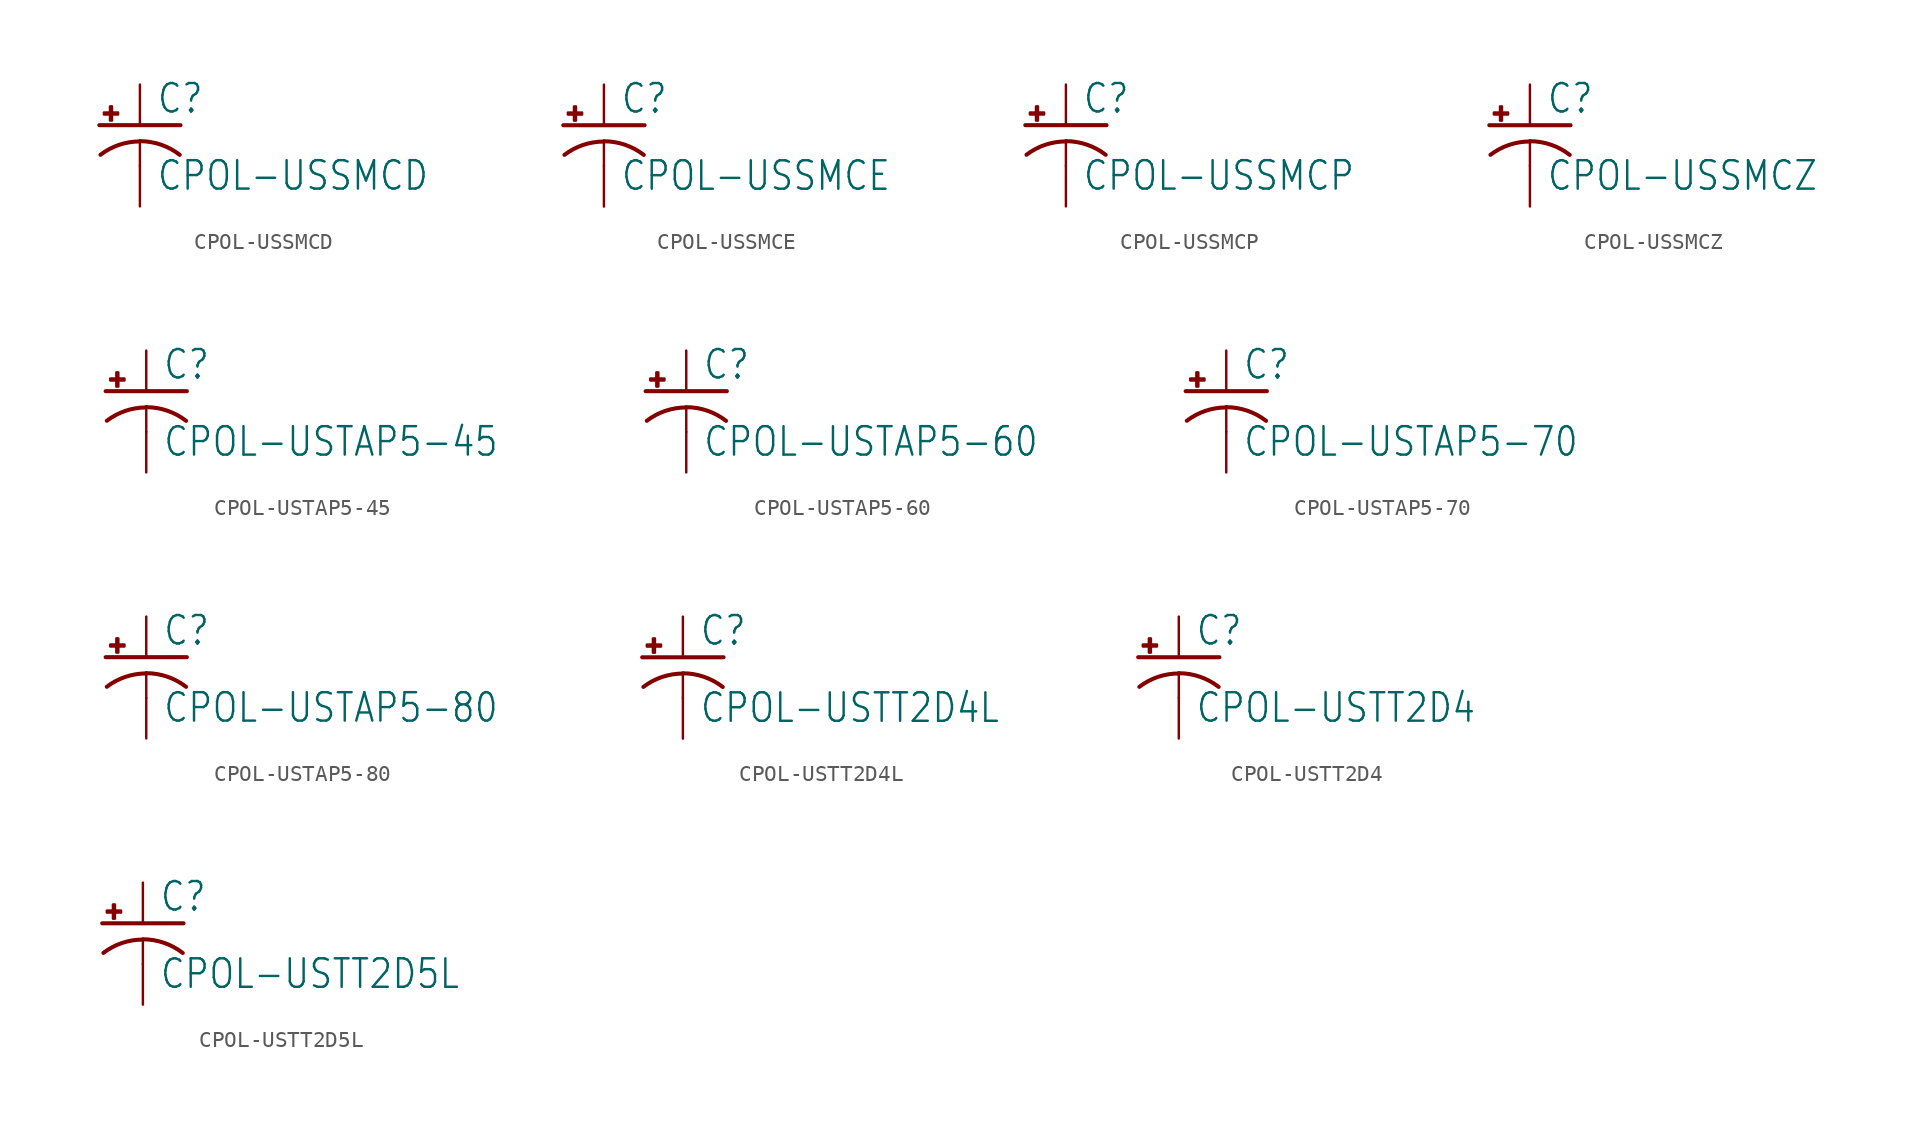
<source format=kicad_sym>
(kicad_symbol_lib
  (version 20220914)
  (generator kicad_symbol_editor)
  (symbol "CPOL-USSMCD"
    (property "Reference" "C"
      (at 1.016 0.635 0)
      (effects (font (size 1.778 1.511)) (justify left bottom)))
    (property "Value" "CPOL-USSMCD"
      (at 1.016 -4.191 0)
      (effects (font (size 1.778 1.511)) (justify left bottom)))
    (property "ki_locked" ""
      (at 0 0 0)
      (effects (font (size 1.27 1.27))))
    (symbol "CPOL-USSMCD_1_0"
      (rectangle (start -2.253 0.668) (end -1.364 0.795) (stroke (width 0) (type default)) (fill (type outline)))
      (rectangle (start -1.872 0.287) (end -1.745 1.176) (stroke (width 0) (type default)) (fill (type outline)))
      (arc (start 0 -1.0161) (mid -1.3021 -1.2302) (end -2.4669 -1.8504) (stroke (width 0.254) (type default)) (fill (type none)))
      (polyline (pts (xy -2.54 0) (xy 2.54 0)) (stroke (width 0.254) (type default)) (fill (type none)))
      (polyline (pts (xy 0 -1.016) (xy 0 -2.54)) (stroke (width 0.152) (type default)) (fill (type none)))
      (arc (start 2.4892 -1.8542) (mid 1.3158 -1.2195) (end 0 -1) (stroke (width 0.254) (type default)) (fill (type none)))
      (pin passive line (at 0 2.54 270) (length 2.54) (name "+" (effects (font (size 0 0)))) (number "+" (effects (font (size 0 0)))))
      (pin passive line (at 0 -5.08 90) (length 2.54) (name "-" (effects (font (size 0 0)))) (number "-" (effects (font (size 0 0)))))))
  (symbol "CPOL-USSMCE"
    (property "Reference" "C"
      (at 1.016 0.635 0)
      (effects (font (size 1.778 1.511)) (justify left bottom)))
    (property "Value" "CPOL-USSMCE"
      (at 1.016 -4.191 0)
      (effects (font (size 1.778 1.511)) (justify left bottom)))
    (property "ki_locked" ""
      (at 0 0 0)
      (effects (font (size 1.27 1.27))))
    (symbol "CPOL-USSMCE_1_0"
      (rectangle (start -2.253 0.668) (end -1.364 0.795) (stroke (width 0) (type default)) (fill (type outline)))
      (rectangle (start -1.872 0.287) (end -1.745 1.176) (stroke (width 0) (type default)) (fill (type outline)))
      (arc (start 0 -1.0161) (mid -1.3021 -1.2302) (end -2.4669 -1.8504) (stroke (width 0.254) (type default)) (fill (type none)))
      (polyline (pts (xy -2.54 0) (xy 2.54 0)) (stroke (width 0.254) (type default)) (fill (type none)))
      (polyline (pts (xy 0 -1.016) (xy 0 -2.54)) (stroke (width 0.152) (type default)) (fill (type none)))
      (arc (start 2.4892 -1.8542) (mid 1.3158 -1.2195) (end 0 -1) (stroke (width 0.254) (type default)) (fill (type none)))
      (pin passive line (at 0 2.54 270) (length 2.54) (name "+" (effects (font (size 0 0)))) (number "+" (effects (font (size 0 0)))))
      (pin passive line (at 0 -5.08 90) (length 2.54) (name "-" (effects (font (size 0 0)))) (number "-" (effects (font (size 0 0)))))))
  (symbol "CPOL-USSMCP"
    (property "Reference" "C"
      (at 1.016 0.635 0)
      (effects (font (size 1.778 1.511)) (justify left bottom)))
    (property "Value" "CPOL-USSMCP"
      (at 1.016 -4.191 0)
      (effects (font (size 1.778 1.511)) (justify left bottom)))
    (property "ki_locked" ""
      (at 0 0 0)
      (effects (font (size 1.27 1.27))))
    (symbol "CPOL-USSMCP_1_0"
      (rectangle (start -2.253 0.668) (end -1.364 0.795) (stroke (width 0) (type default)) (fill (type outline)))
      (rectangle (start -1.872 0.287) (end -1.745 1.176) (stroke (width 0) (type default)) (fill (type outline)))
      (arc (start 0 -1.0161) (mid -1.3021 -1.2302) (end -2.4669 -1.8504) (stroke (width 0.254) (type default)) (fill (type none)))
      (polyline (pts (xy -2.54 0) (xy 2.54 0)) (stroke (width 0.254) (type default)) (fill (type none)))
      (polyline (pts (xy 0 -1.016) (xy 0 -2.54)) (stroke (width 0.152) (type default)) (fill (type none)))
      (arc (start 2.4892 -1.8542) (mid 1.3158 -1.2195) (end 0 -1) (stroke (width 0.254) (type default)) (fill (type none)))
      (pin passive line (at 0 2.54 270) (length 2.54) (name "+" (effects (font (size 0 0)))) (number "+" (effects (font (size 0 0)))))
      (pin passive line (at 0 -5.08 90) (length 2.54) (name "-" (effects (font (size 0 0)))) (number "-" (effects (font (size 0 0)))))))
  (symbol "CPOL-USSMCZ"
    (property "Reference" "C"
      (at 1.016 0.635 0)
      (effects (font (size 1.778 1.511)) (justify left bottom)))
    (property "Value" "CPOL-USSMCZ"
      (at 1.016 -4.191 0)
      (effects (font (size 1.778 1.511)) (justify left bottom)))
    (property "ki_locked" ""
      (at 0 0 0)
      (effects (font (size 1.27 1.27))))
    (symbol "CPOL-USSMCZ_1_0"
      (rectangle (start -2.253 0.668) (end -1.364 0.795) (stroke (width 0) (type default)) (fill (type outline)))
      (rectangle (start -1.872 0.287) (end -1.745 1.176) (stroke (width 0) (type default)) (fill (type outline)))
      (arc (start 0 -1.0161) (mid -1.3021 -1.2302) (end -2.4669 -1.8504) (stroke (width 0.254) (type default)) (fill (type none)))
      (polyline (pts (xy -2.54 0) (xy 2.54 0)) (stroke (width 0.254) (type default)) (fill (type none)))
      (polyline (pts (xy 0 -1.016) (xy 0 -2.54)) (stroke (width 0.152) (type default)) (fill (type none)))
      (arc (start 2.4892 -1.8542) (mid 1.3158 -1.2195) (end 0 -1) (stroke (width 0.254) (type default)) (fill (type none)))
      (pin passive line (at 0 2.54 270) (length 2.54) (name "+" (effects (font (size 0 0)))) (number "+" (effects (font (size 0 0)))))
      (pin passive line (at 0 -5.08 90) (length 2.54) (name "-" (effects (font (size 0 0)))) (number "-" (effects (font (size 0 0)))))))
  (symbol "CPOL-USTAP5-45"
    (property "Reference" "C"
      (at 1.016 0.635 0)
      (effects (font (size 1.778 1.511)) (justify left bottom)))
    (property "Value" "CPOL-USTAP5-45"
      (at 1.016 -4.191 0)
      (effects (font (size 1.778 1.511)) (justify left bottom)))
    (property "ki_locked" ""
      (at 0 0 0)
      (effects (font (size 1.27 1.27))))
    (symbol "CPOL-USTAP5-45_1_0"
      (rectangle (start -2.253 0.668) (end -1.364 0.795) (stroke (width 0) (type default)) (fill (type outline)))
      (rectangle (start -1.872 0.287) (end -1.745 1.176) (stroke (width 0) (type default)) (fill (type outline)))
      (arc (start 0 -1.0161) (mid -1.3021 -1.2302) (end -2.4669 -1.8504) (stroke (width 0.254) (type default)) (fill (type none)))
      (polyline (pts (xy -2.54 0) (xy 2.54 0)) (stroke (width 0.254) (type default)) (fill (type none)))
      (polyline (pts (xy 0 -1.016) (xy 0 -2.54)) (stroke (width 0.152) (type default)) (fill (type none)))
      (arc (start 2.4892 -1.8542) (mid 1.3158 -1.2195) (end 0 -1) (stroke (width 0.254) (type default)) (fill (type none)))
      (pin passive line (at 0 2.54 270) (length 2.54) (name "+" (effects (font (size 0 0)))) (number "+" (effects (font (size 0 0)))))
      (pin passive line (at 0 -5.08 90) (length 2.54) (name "-" (effects (font (size 0 0)))) (number "-" (effects (font (size 0 0)))))))
  (symbol "CPOL-USTAP5-60"
    (property "Reference" "C"
      (at 1.016 0.635 0)
      (effects (font (size 1.778 1.511)) (justify left bottom)))
    (property "Value" "CPOL-USTAP5-60"
      (at 1.016 -4.191 0)
      (effects (font (size 1.778 1.511)) (justify left bottom)))
    (property "ki_locked" ""
      (at 0 0 0)
      (effects (font (size 1.27 1.27))))
    (symbol "CPOL-USTAP5-60_1_0"
      (rectangle (start -2.253 0.668) (end -1.364 0.795) (stroke (width 0) (type default)) (fill (type outline)))
      (rectangle (start -1.872 0.287) (end -1.745 1.176) (stroke (width 0) (type default)) (fill (type outline)))
      (arc (start 0 -1.0161) (mid -1.3021 -1.2302) (end -2.4669 -1.8504) (stroke (width 0.254) (type default)) (fill (type none)))
      (polyline (pts (xy -2.54 0) (xy 2.54 0)) (stroke (width 0.254) (type default)) (fill (type none)))
      (polyline (pts (xy 0 -1.016) (xy 0 -2.54)) (stroke (width 0.152) (type default)) (fill (type none)))
      (arc (start 2.4892 -1.8542) (mid 1.3158 -1.2195) (end 0 -1) (stroke (width 0.254) (type default)) (fill (type none)))
      (pin passive line (at 0 2.54 270) (length 2.54) (name "+" (effects (font (size 0 0)))) (number "+" (effects (font (size 0 0)))))
      (pin passive line (at 0 -5.08 90) (length 2.54) (name "-" (effects (font (size 0 0)))) (number "-" (effects (font (size 0 0)))))))
  (symbol "CPOL-USTAP5-70"
    (property "Reference" "C"
      (at 1.016 0.635 0)
      (effects (font (size 1.778 1.511)) (justify left bottom)))
    (property "Value" "CPOL-USTAP5-70"
      (at 1.016 -4.191 0)
      (effects (font (size 1.778 1.511)) (justify left bottom)))
    (property "ki_locked" ""
      (at 0 0 0)
      (effects (font (size 1.27 1.27))))
    (symbol "CPOL-USTAP5-70_1_0"
      (rectangle (start -2.253 0.668) (end -1.364 0.795) (stroke (width 0) (type default)) (fill (type outline)))
      (rectangle (start -1.872 0.287) (end -1.745 1.176) (stroke (width 0) (type default)) (fill (type outline)))
      (arc (start 0 -1.0161) (mid -1.3021 -1.2302) (end -2.4669 -1.8504) (stroke (width 0.254) (type default)) (fill (type none)))
      (polyline (pts (xy -2.54 0) (xy 2.54 0)) (stroke (width 0.254) (type default)) (fill (type none)))
      (polyline (pts (xy 0 -1.016) (xy 0 -2.54)) (stroke (width 0.152) (type default)) (fill (type none)))
      (arc (start 2.4892 -1.8542) (mid 1.3158 -1.2195) (end 0 -1) (stroke (width 0.254) (type default)) (fill (type none)))
      (pin passive line (at 0 2.54 270) (length 2.54) (name "+" (effects (font (size 0 0)))) (number "+" (effects (font (size 0 0)))))
      (pin passive line (at 0 -5.08 90) (length 2.54) (name "-" (effects (font (size 0 0)))) (number "-" (effects (font (size 0 0)))))))
  (symbol "CPOL-USTAP5-80"
    (property "Reference" "C"
      (at 1.016 0.635 0)
      (effects (font (size 1.778 1.511)) (justify left bottom)))
    (property "Value" "CPOL-USTAP5-80"
      (at 1.016 -4.191 0)
      (effects (font (size 1.778 1.511)) (justify left bottom)))
    (property "ki_locked" ""
      (at 0 0 0)
      (effects (font (size 1.27 1.27))))
    (symbol "CPOL-USTAP5-80_1_0"
      (rectangle (start -2.253 0.668) (end -1.364 0.795) (stroke (width 0) (type default)) (fill (type outline)))
      (rectangle (start -1.872 0.287) (end -1.745 1.176) (stroke (width 0) (type default)) (fill (type outline)))
      (arc (start 0 -1.0161) (mid -1.3021 -1.2302) (end -2.4669 -1.8504) (stroke (width 0.254) (type default)) (fill (type none)))
      (polyline (pts (xy -2.54 0) (xy 2.54 0)) (stroke (width 0.254) (type default)) (fill (type none)))
      (polyline (pts (xy 0 -1.016) (xy 0 -2.54)) (stroke (width 0.152) (type default)) (fill (type none)))
      (arc (start 2.4892 -1.8542) (mid 1.3158 -1.2195) (end 0 -1) (stroke (width 0.254) (type default)) (fill (type none)))
      (pin passive line (at 0 2.54 270) (length 2.54) (name "+" (effects (font (size 0 0)))) (number "+" (effects (font (size 0 0)))))
      (pin passive line (at 0 -5.08 90) (length 2.54) (name "-" (effects (font (size 0 0)))) (number "-" (effects (font (size 0 0)))))))
  (symbol "CPOL-USTT2D4L"
    (property "Reference" "C"
      (at 1.016 0.635 0)
      (effects (font (size 1.778 1.511)) (justify left bottom)))
    (property "Value" "CPOL-USTT2D4L"
      (at 1.016 -4.191 0)
      (effects (font (size 1.778 1.511)) (justify left bottom)))
    (property "ki_locked" ""
      (at 0 0 0)
      (effects (font (size 1.27 1.27))))
    (symbol "CPOL-USTT2D4L_1_0"
      (rectangle (start -2.253 0.668) (end -1.364 0.795) (stroke (width 0) (type default)) (fill (type outline)))
      (rectangle (start -1.872 0.287) (end -1.745 1.176) (stroke (width 0) (type default)) (fill (type outline)))
      (arc (start 0 -1.0161) (mid -1.3021 -1.2302) (end -2.4669 -1.8504) (stroke (width 0.254) (type default)) (fill (type none)))
      (polyline (pts (xy -2.54 0) (xy 2.54 0)) (stroke (width 0.254) (type default)) (fill (type none)))
      (polyline (pts (xy 0 -1.016) (xy 0 -2.54)) (stroke (width 0.152) (type default)) (fill (type none)))
      (arc (start 2.4892 -1.8542) (mid 1.3158 -1.2195) (end 0 -1) (stroke (width 0.254) (type default)) (fill (type none)))
      (pin passive line (at 0 2.54 270) (length 2.54) (name "+" (effects (font (size 0 0)))) (number "+" (effects (font (size 0 0)))))
      (pin passive line (at 0 -5.08 90) (length 2.54) (name "-" (effects (font (size 0 0)))) (number "-" (effects (font (size 0 0)))))))
  (symbol "CPOL-USTT2D4"
    (property "Reference" "C"
      (at 1.016 0.635 0)
      (effects (font (size 1.778 1.511)) (justify left bottom)))
    (property "Value" "CPOL-USTT2D4"
      (at 1.016 -4.191 0)
      (effects (font (size 1.778 1.511)) (justify left bottom)))
    (property "ki_locked" ""
      (at 0 0 0)
      (effects (font (size 1.27 1.27))))
    (symbol "CPOL-USTT2D4_1_0"
      (rectangle (start -2.253 0.668) (end -1.364 0.795) (stroke (width 0) (type default)) (fill (type outline)))
      (rectangle (start -1.872 0.287) (end -1.745 1.176) (stroke (width 0) (type default)) (fill (type outline)))
      (arc (start 0 -1.0161) (mid -1.3021 -1.2302) (end -2.4669 -1.8504) (stroke (width 0.254) (type default)) (fill (type none)))
      (polyline (pts (xy -2.54 0) (xy 2.54 0)) (stroke (width 0.254) (type default)) (fill (type none)))
      (polyline (pts (xy 0 -1.016) (xy 0 -2.54)) (stroke (width 0.152) (type default)) (fill (type none)))
      (arc (start 2.4892 -1.8542) (mid 1.3158 -1.2195) (end 0 -1) (stroke (width 0.254) (type default)) (fill (type none)))
      (pin passive line (at 0 2.54 270) (length 2.54) (name "+" (effects (font (size 0 0)))) (number "+" (effects (font (size 0 0)))))
      (pin passive line (at 0 -5.08 90) (length 2.54) (name "-" (effects (font (size 0 0)))) (number "-" (effects (font (size 0 0)))))))
  (symbol "CPOL-USTT2D5L"
    (property "Reference" "C"
      (at 1.016 0.635 0)
      (effects (font (size 1.778 1.511)) (justify left bottom)))
    (property "Value" "CPOL-USTT2D5L"
      (at 1.016 -4.191 0)
      (effects (font (size 1.778 1.511)) (justify left bottom)))
    (property "ki_locked" ""
      (at 0 0 0)
      (effects (font (size 1.27 1.27))))
    (symbol "CPOL-USTT2D5L_1_0"
      (rectangle (start -2.253 0.668) (end -1.364 0.795) (stroke (width 0) (type default)) (fill (type outline)))
      (rectangle (start -1.872 0.287) (end -1.745 1.176) (stroke (width 0) (type default)) (fill (type outline)))
      (arc (start 0 -1.0161) (mid -1.3021 -1.2302) (end -2.4669 -1.8504) (stroke (width 0.254) (type default)) (fill (type none)))
      (polyline (pts (xy -2.54 0) (xy 2.54 0)) (stroke (width 0.254) (type default)) (fill (type none)))
      (polyline (pts (xy 0 -1.016) (xy 0 -2.54)) (stroke (width 0.152) (type default)) (fill (type none)))
      (arc (start 2.4892 -1.8542) (mid 1.3158 -1.2195) (end 0 -1) (stroke (width 0.254) (type default)) (fill (type none)))
      (pin passive line (at 0 2.54 270) (length 2.54) (name "+" (effects (font (size 0 0)))) (number "+" (effects (font (size 0 0)))))
      (pin passive line (at 0 -5.08 90) (length 2.54) (name "-" (effects (font (size 0 0)))) (number "-" (effects (font (size 0 0))))))))
</source>
